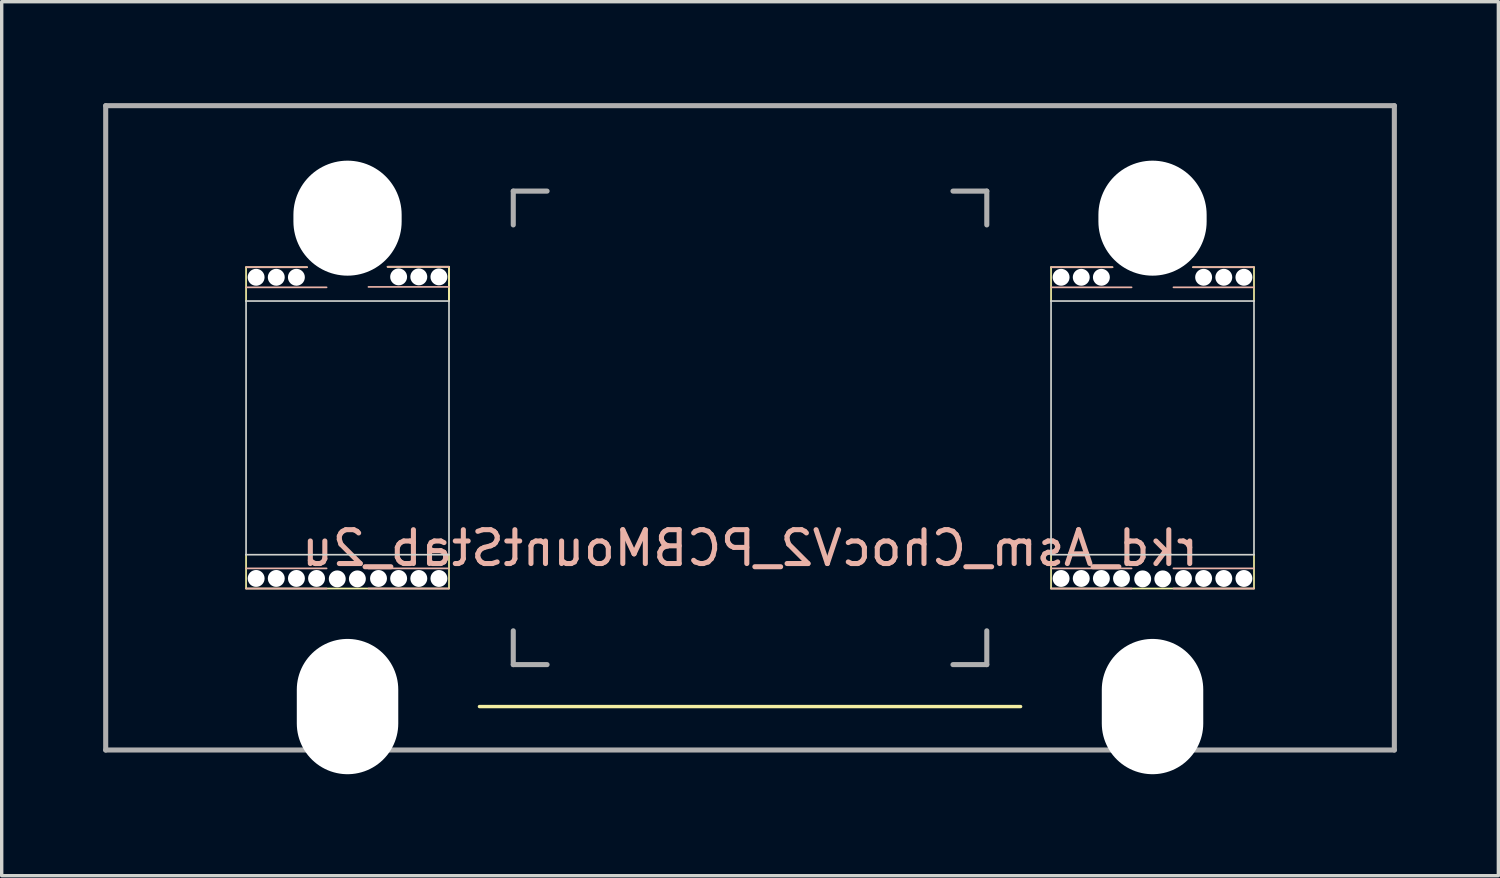
<source format=kicad_pcb>
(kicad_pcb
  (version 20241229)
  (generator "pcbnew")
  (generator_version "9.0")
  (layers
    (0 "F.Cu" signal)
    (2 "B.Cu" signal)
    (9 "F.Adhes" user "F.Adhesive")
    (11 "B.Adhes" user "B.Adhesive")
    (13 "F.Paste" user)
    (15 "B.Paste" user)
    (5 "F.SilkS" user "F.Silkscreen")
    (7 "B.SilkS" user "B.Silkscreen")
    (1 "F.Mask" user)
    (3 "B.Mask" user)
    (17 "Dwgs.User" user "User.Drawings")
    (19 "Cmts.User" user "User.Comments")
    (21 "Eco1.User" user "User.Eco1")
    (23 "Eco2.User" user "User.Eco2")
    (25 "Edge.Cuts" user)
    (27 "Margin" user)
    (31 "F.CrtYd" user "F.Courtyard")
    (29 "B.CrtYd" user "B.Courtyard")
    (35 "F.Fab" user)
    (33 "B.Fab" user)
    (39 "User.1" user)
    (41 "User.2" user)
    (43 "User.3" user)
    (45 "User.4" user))
  (footprint "rkd_Asm_ChocV2_PCBMountStab_2u"
    (layer "F.Cu")
    (at 19.125 9.6)
    (property "Reference" "rkd_Asm_ChocV2_PCBMountStab_2u" (at 0 3.556 0) (layer "B.SilkS") (effects (font (size 1 1) (thickness 0.15)) (justify mirror)))
    (attr smd board_only)
    (fp_line (start -14.9 -4.75) (end -14.9 -3.75) (stroke (width 0.05) (type solid)) (layer "F.SilkS"))
    (fp_line (start -14.9 4.75) (end -14.9 3.75) (stroke (width 0.05) (type solid)) (layer "F.SilkS"))
    (fp_line (start -14.9 4.75) (end -8.9 4.75) (stroke (width 0.05) (type solid)) (layer "F.SilkS"))
    (fp_line (start -13.097 -4.75) (end -14.9 -4.75) (stroke (width 0.05) (type solid)) (layer "F.SilkS"))
    (fp_line (start -8.9 -4.763) (end -10.716 -4.763) (stroke (width 0.05) (type solid)) (layer "F.SilkS"))
    (fp_line (start -8.9 -4.763) (end -10.703 -4.763) (stroke (width 0.05) (type solid)) (layer "F.SilkS"))
    (fp_line (start -8.9 -3.763) (end -8.9 -4.763) (stroke (width 0.05) (type solid)) (layer "F.SilkS"))
    (fp_line (start -8.9 -3.75) (end -8.9 -4.75) (stroke (width 0.05) (type solid)) (layer "F.SilkS"))
    (fp_line (start -8.9 4.75) (end -8.9 3.75) (stroke (width 0.05) (type solid)) (layer "F.SilkS"))
    (fp_line (start -8 8.24) (end 8 8.24) (stroke (width 0.1) (type default)) (layer "F.SilkS"))
    (fp_line (start 8.9 -4.75) (end 8.9 -3.75) (stroke (width 0.05) (type solid)) (layer "F.SilkS"))
    (fp_line (start 8.9 4.75) (end 8.9 3.75) (stroke (width 0.05) (type solid)) (layer "F.SilkS"))
    (fp_line (start 8.9 4.75) (end 14.9 4.75) (stroke (width 0.05) (type solid)) (layer "F.SilkS"))
    (fp_line (start 10.716 -4.75) (end 8.9 -4.75) (stroke (width 0.05) (type solid)) (layer "F.SilkS"))
    (fp_line (start 14.9 -4.75) (end 13.097 -4.75) (stroke (width 0.05) (type solid)) (layer "F.SilkS"))
    (fp_line (start 14.9 -3.75) (end 14.9 -4.75) (stroke (width 0.05) (type solid)) (layer "F.SilkS"))
    (fp_line (start 14.9 4.75) (end 14.9 3.75) (stroke (width 0.05) (type solid)) (layer "F.SilkS"))
    (fp_line (start -14.9 4.75) (end -12.519 4.75) (stroke (width 0.05) (type default)) (layer "B.SilkS"))
    (fp_line (start -14.9 4.155) (end -12.519 4.155) (stroke (width 0.05) (type default)) (layer "B.SilkS"))
    (fp_line (start -13.097 -4.75) (end -14.9 -4.75) (stroke (width 0.05) (type default)) (layer "B.SilkS"))
    (fp_line (start -12.519 -4.155) (end -14.9 -4.155) (stroke (width 0.05) (type default)) (layer "B.SilkS"))
    (fp_line (start -8.9 -4.167) (end -11.281 -4.167) (stroke (width 0.05) (type default)) (layer "B.SilkS"))
    (fp_line (start -8.9 -4.763) (end -10.716 -4.763) (stroke (width 0.05) (type default)) (layer "B.SilkS"))
    (fp_line (start -8.9 4.75) (end -11.281 4.75) (stroke (width 0.05) (type default)) (layer "B.SilkS"))
    (fp_line (start -8.9 4.155) (end -11.281 4.155) (stroke (width 0.05) (type default)) (layer "B.SilkS"))
    (fp_line (start 10.716 -4.75) (end 8.9 -4.75) (stroke (width 0.05) (type default)) (layer "B.SilkS"))
    (fp_line (start 11.281 -4.155) (end 8.9 -4.155) (stroke (width 0.05) (type default)) (layer "B.SilkS"))
    (fp_line (start 11.281 4.75) (end 8.9 4.75) (stroke (width 0.05) (type default)) (layer "B.SilkS"))
    (fp_line (start 11.281 4.155) (end 8.9 4.155) (stroke (width 0.05) (type default)) (layer "B.SilkS"))
    (fp_line (start 14.9 -4.155) (end 12.519 -4.155) (stroke (width 0.05) (type default)) (layer "B.SilkS"))
    (fp_line (start 14.9 -4.75) (end 13.097 -4.75) (stroke (width 0.05) (type default)) (layer "B.SilkS"))
    (fp_line (start 14.9 4.75) (end 12.519 4.75) (stroke (width 0.05) (type default)) (layer "B.SilkS"))
    (fp_line (start 14.9 4.155) (end 12.519 4.155) (stroke (width 0.05) (type default)) (layer "B.SilkS"))
    (fp_line (start -14.9 -3.75) (end -14.9 3.75) (stroke (width 0.05) (type default)) (layer "Edge.Cuts"))
    (fp_line (start -14.9 3.75) (end -8.9 3.75) (stroke (width 0.05) (type default)) (layer "Edge.Cuts"))
    (fp_line (start -8.9 -3.75) (end -14.9 -3.75) (stroke (width 0.05) (type default)) (layer "Edge.Cuts"))
    (fp_line (start -8.9 3.75) (end -8.9 -3.75) (stroke (width 0.05) (type default)) (layer "Edge.Cuts"))
    (fp_line (start 8.9 -3.75) (end 8.9 3.75) (stroke (width 0.05) (type default)) (layer "Edge.Cuts"))
    (fp_line (start 8.9 3.75) (end 14.9 3.75) (stroke (width 0.05) (type default)) (layer "Edge.Cuts"))
    (fp_line (start 14.9 -3.75) (end 8.9 -3.75) (stroke (width 0.05) (type default)) (layer "Edge.Cuts"))
    (fp_line (start 14.9 3.75) (end 14.9 -3.75) (stroke (width 0.05) (type default)) (layer "Edge.Cuts"))
    (fp_line (start -19.05 -9.525) (end -19.05 9.525) (stroke (width 0.15) (type solid)) (layer "F.Fab"))
    (fp_line (start -19.05 9.525) (end 19.05 9.525) (stroke (width 0.15) (type solid)) (layer "F.Fab"))
    (fp_line (start -7 -7) (end -6 -7) (stroke (width 0.15) (type solid)) (layer "F.Fab"))
    (fp_line (start -7 -6) (end -7 -7) (stroke (width 0.15) (type solid)) (layer "F.Fab"))
    (fp_line (start -7 7) (end -7 6) (stroke (width 0.15) (type solid)) (layer "F.Fab"))
    (fp_line (start -6 7) (end -7 7) (stroke (width 0.15) (type solid)) (layer "F.Fab"))
    (fp_line (start 6 -7) (end 7 -7) (stroke (width 0.15) (type solid)) (layer "F.Fab"))
    (fp_line (start 7 -7) (end 7 -6) (stroke (width 0.15) (type solid)) (layer "F.Fab"))
    (fp_line (start 7 6) (end 7 7) (stroke (width 0.15) (type solid)) (layer "F.Fab"))
    (fp_line (start 7 7) (end 6 7) (stroke (width 0.15) (type solid)) (layer "F.Fab"))
    (fp_line (start 19.05 -9.525) (end -19.05 -9.525) (stroke (width 0.15) (type solid)) (layer "F.Fab"))
    (fp_line (start 19.05 9.525) (end 19.05 -9.525) (stroke (width 0.15) (type solid)) (layer "F.Fab"))
    (pad "" np_thru_hole circle (at -14.603 -4.452 90) (size 0.5 0.5) (drill 0.5) (layers "*.Cu" "*.Mask"))
    (pad "" np_thru_hole circle (at -14.602 4.452 270) (size 0.5 0.5) (drill 0.5) (layers "*.Cu" "*.Mask"))
    (pad "" np_thru_hole circle (at -14.007 -4.452 90) (size 0.5 0.5) (drill 0.5) (layers "*.Cu" "*.Mask"))
    (pad "" np_thru_hole circle (at -14.007 4.452 270) (size 0.5 0.5) (drill 0.5) (layers "*.Cu" "*.Mask"))
    (pad "" np_thru_hole circle (at -13.412 -4.452 90) (size 0.5 0.5) (drill 0.5) (layers "*.Cu" "*.Mask"))
    (pad "" np_thru_hole circle (at -13.411 4.452 270) (size 0.5 0.5) (drill 0.5) (layers "*.Cu" "*.Mask"))
    (pad "" np_thru_hole circle (at -12.816 4.452 270) (size 0.5 0.5) (drill 0.5) (layers "*.Cu" "*.Mask"))
    (pad "" np_thru_hole circle (at -12.204 4.465 90) (size 0.5 0.5) (drill 0.5) (layers "*.Cu" "*.Mask"))
    (pad "" np_thru_hole oval (at -11.9 -6.2 180) (size 3.2 3.4) (drill oval 3.2 3.4) (layers "*.Cu" "*.Mask"))
    (pad "" np_thru_hole oval (at -11.9 8.24 180) (size 3 4) (drill oval 3 4) (layers "*.Cu" "*.Mask"))
    (pad "" np_thru_hole circle (at -11.609 4.465 90) (size 0.5 0.5) (drill 0.5) (layers "*.Cu" "*.Mask"))
    (pad "" np_thru_hole circle (at -10.984 4.453 90) (size 0.5 0.5) (drill 0.5) (layers "*.Cu" "*.Mask"))
    (pad "" np_thru_hole circle (at -10.389 -4.464 90) (size 0.5 0.5) (drill 0.5) (layers "*.Cu" "*.Mask"))
    (pad "" np_thru_hole circle (at -10.389 4.453 90) (size 0.5 0.5) (drill 0.5) (layers "*.Cu" "*.Mask"))
    (pad "" np_thru_hole circle (at -9.793 -4.464 90) (size 0.5 0.5) (drill 0.5) (layers "*.Cu" "*.Mask"))
    (pad "" np_thru_hole circle (at -9.793 4.453 90) (size 0.5 0.5) (drill 0.5) (layers "*.Cu" "*.Mask"))
    (pad "" np_thru_hole circle (at -9.198 -4.464 90) (size 0.5 0.5) (drill 0.5) (layers "*.Cu" "*.Mask"))
    (pad "" np_thru_hole circle (at -9.198 4.453 90) (size 0.5 0.5) (drill 0.5) (layers "*.Cu" "*.Mask"))
    (pad "" np_thru_hole circle (at 9.197 -4.452 90) (size 0.5 0.5) (drill 0.5) (layers "*.Cu" "*.Mask"))
    (pad "" np_thru_hole circle (at 9.197 4.453 90) (size 0.5 0.5) (drill 0.5) (layers "*.Cu" "*.Mask"))
    (pad "" np_thru_hole circle (at 9.793 -4.452 90) (size 0.5 0.5) (drill 0.5) (layers "*.Cu" "*.Mask"))
    (pad "" np_thru_hole circle (at 9.793 4.453 90) (size 0.5 0.5) (drill 0.5) (layers "*.Cu" "*.Mask"))
    (pad "" np_thru_hole circle (at 10.388 -4.452 90) (size 0.5 0.5) (drill 0.5) (layers "*.Cu" "*.Mask"))
    (pad "" np_thru_hole circle (at 10.388 4.453 90) (size 0.5 0.5) (drill 0.5) (layers "*.Cu" "*.Mask"))
    (pad "" np_thru_hole circle (at 10.983 4.453 90) (size 0.5 0.5) (drill 0.5) (layers "*.Cu" "*.Mask"))
    (pad "" np_thru_hole circle (at 11.609 4.465 90) (size 0.5 0.5) (drill 0.5) (layers "*.Cu" "*.Mask"))
    (pad "" np_thru_hole oval (at 11.9 -6.2 180) (size 3.2 3.4) (drill oval 3.2 3.4) (layers "*.Cu" "*.Mask"))
    (pad "" np_thru_hole oval (at 11.9 8.24 180) (size 3 4) (drill oval 3 4) (layers "*.Cu" "*.Mask"))
    (pad "" np_thru_hole circle (at 12.204 4.465 90) (size 0.5 0.5) (drill 0.5) (layers "*.Cu" "*.Mask"))
    (pad "" np_thru_hole circle (at 12.816 4.453 90) (size 0.5 0.5) (drill 0.5) (layers "*.Cu" "*.Mask"))
    (pad "" np_thru_hole circle (at 13.411 -4.452 90) (size 0.5 0.5) (drill 0.5) (layers "*.Cu" "*.Mask"))
    (pad "" np_thru_hole circle (at 13.411 4.453 90) (size 0.5 0.5) (drill 0.5) (layers "*.Cu" "*.Mask"))
    (pad "" np_thru_hole circle (at 14.007 -4.452 90) (size 0.5 0.5) (drill 0.5) (layers "*.Cu" "*.Mask"))
    (pad "" np_thru_hole circle (at 14.007 4.453 90) (size 0.5 0.5) (drill 0.5) (layers "*.Cu" "*.Mask"))
    (pad "" np_thru_hole circle (at 14.602 -4.452 90) (size 0.5 0.5) (drill 0.5) (layers "*.Cu" "*.Mask"))
    (pad "" np_thru_hole circle (at 14.602 4.453 90) (size 0.5 0.5) (drill 0.5) (layers "*.Cu" "*.Mask")))
  (gr_rect
    (start -3 -3)
    (end 41.25 22.84)
    (stroke (width 0.1) (type default))
    (fill no)
    (layer "Edge.Cuts")))
</source>
